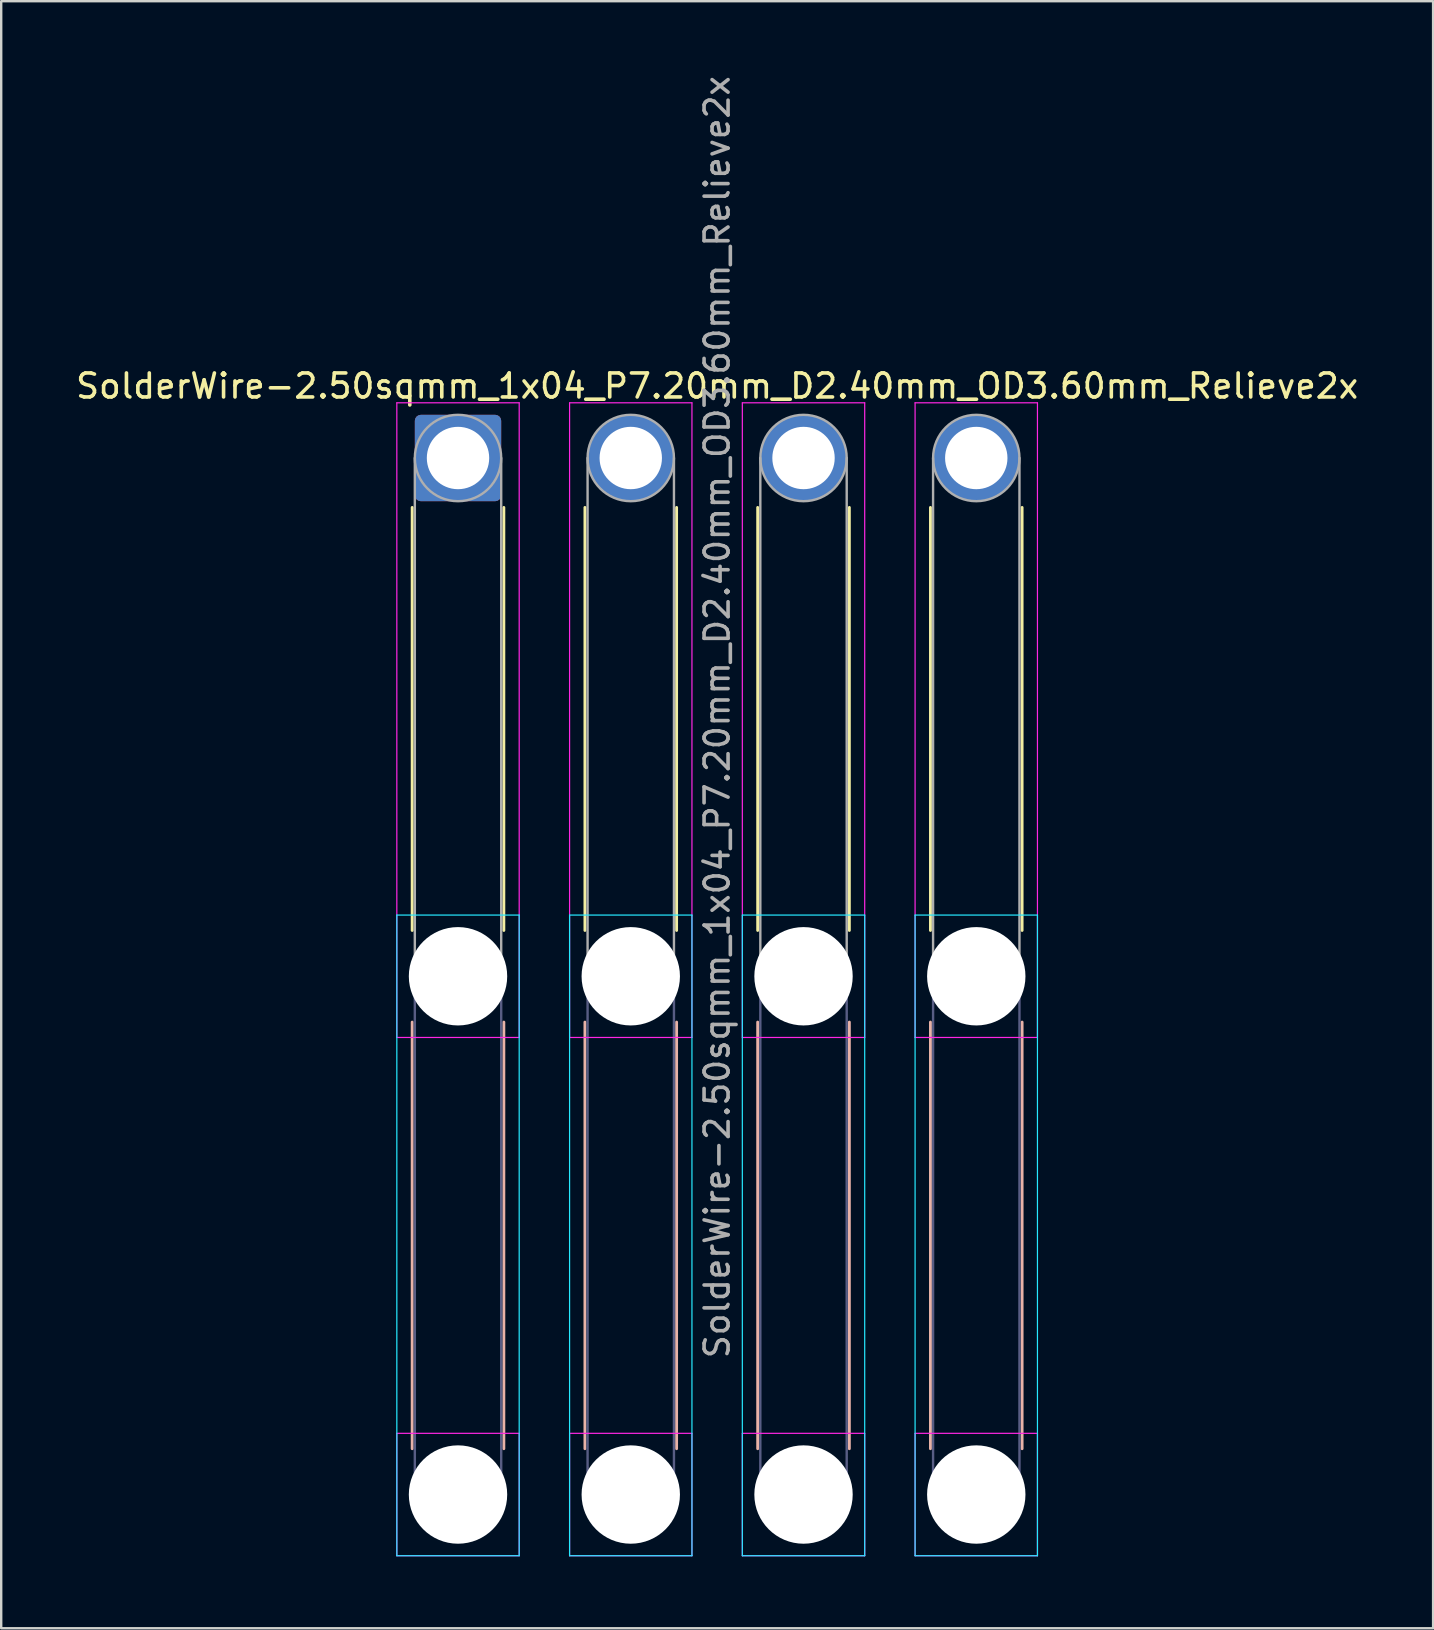
<source format=kicad_pcb>
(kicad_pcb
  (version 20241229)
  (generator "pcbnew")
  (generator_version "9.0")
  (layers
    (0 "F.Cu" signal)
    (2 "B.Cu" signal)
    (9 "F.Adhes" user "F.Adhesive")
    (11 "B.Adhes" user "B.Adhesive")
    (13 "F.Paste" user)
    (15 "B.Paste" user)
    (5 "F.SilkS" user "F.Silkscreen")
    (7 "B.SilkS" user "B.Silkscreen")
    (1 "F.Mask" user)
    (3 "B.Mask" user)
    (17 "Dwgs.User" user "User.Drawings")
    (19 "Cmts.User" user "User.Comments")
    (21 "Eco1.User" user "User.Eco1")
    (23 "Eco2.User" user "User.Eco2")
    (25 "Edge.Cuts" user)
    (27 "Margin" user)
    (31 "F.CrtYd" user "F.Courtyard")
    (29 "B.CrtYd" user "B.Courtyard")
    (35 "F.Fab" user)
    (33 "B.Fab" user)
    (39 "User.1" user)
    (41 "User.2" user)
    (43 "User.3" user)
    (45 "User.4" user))
  (footprint "SolderWire-2.50sqmm_1x04_P7.20mm_D2.40mm_OD3.60mm_Relieve2x"
    (layer "F.Cu")
    (at 16.039 16.039)
    (property "Reference" "SolderWire-2.50sqmm_1x04_P7.20mm_D2.40mm_OD3.60mm_Relieve2x" (at 10.8 -3 0) (layer "F.SilkS") (effects (font (size 1 1) (thickness 0.15))))
    (attr exclude_from_pos_files exclude_from_bom)
    (fp_line (start -1.91 2.06) (end -1.91 19.69) (stroke (width 0.12) (type solid)) (layer "F.SilkS"))
    (fp_line (start 1.91 2.06) (end 1.91 19.69) (stroke (width 0.12) (type solid)) (layer "F.SilkS"))
    (fp_line (start 5.29 2.06) (end 5.29 19.69) (stroke (width 0.12) (type solid)) (layer "F.SilkS"))
    (fp_line (start 9.11 2.06) (end 9.11 19.69) (stroke (width 0.12) (type solid)) (layer "F.SilkS"))
    (fp_line (start 12.49 2.06) (end 12.49 19.69) (stroke (width 0.12) (type solid)) (layer "F.SilkS"))
    (fp_line (start 16.31 2.06) (end 16.31 19.69) (stroke (width 0.12) (type solid)) (layer "F.SilkS"))
    (fp_line (start 19.69 2.06) (end 19.69 19.69) (stroke (width 0.12) (type solid)) (layer "F.SilkS"))
    (fp_line (start 23.51 2.06) (end 23.51 19.69) (stroke (width 0.12) (type solid)) (layer "F.SilkS"))
    (fp_line (start -1.91 23.51) (end -1.91 41.29) (stroke (width 0.12) (type solid)) (layer "B.SilkS"))
    (fp_line (start 1.91 23.51) (end 1.91 41.29) (stroke (width 0.12) (type solid)) (layer "B.SilkS"))
    (fp_line (start 5.29 23.51) (end 5.29 41.29) (stroke (width 0.12) (type solid)) (layer "B.SilkS"))
    (fp_line (start 9.11 23.51) (end 9.11 41.29) (stroke (width 0.12) (type solid)) (layer "B.SilkS"))
    (fp_line (start 12.49 23.51) (end 12.49 41.29) (stroke (width 0.12) (type solid)) (layer "B.SilkS"))
    (fp_line (start 16.31 23.51) (end 16.31 41.29) (stroke (width 0.12) (type solid)) (layer "B.SilkS"))
    (fp_line (start 19.69 23.51) (end 19.69 41.29) (stroke (width 0.12) (type solid)) (layer "B.SilkS"))
    (fp_line (start 23.51 23.51) (end 23.51 41.29) (stroke (width 0.12) (type solid)) (layer "B.SilkS"))
    (fp_line (start -2.55 19.05) (end -2.55 45.75) (stroke (width 0.05) (type solid)) (layer "B.CrtYd"))
    (fp_line (start -2.55 45.75) (end 2.55 45.75) (stroke (width 0.05) (type solid)) (layer "B.CrtYd"))
    (fp_line (start 2.55 19.05) (end -2.55 19.05) (stroke (width 0.05) (type solid)) (layer "B.CrtYd"))
    (fp_line (start 2.55 45.75) (end 2.55 19.05) (stroke (width 0.05) (type solid)) (layer "B.CrtYd"))
    (fp_line (start 4.65 19.05) (end 4.65 45.75) (stroke (width 0.05) (type solid)) (layer "B.CrtYd"))
    (fp_line (start 4.65 45.75) (end 9.75 45.75) (stroke (width 0.05) (type solid)) (layer "B.CrtYd"))
    (fp_line (start 9.75 19.05) (end 4.65 19.05) (stroke (width 0.05) (type solid)) (layer "B.CrtYd"))
    (fp_line (start 9.75 45.75) (end 9.75 19.05) (stroke (width 0.05) (type solid)) (layer "B.CrtYd"))
    (fp_line (start 11.85 19.05) (end 11.85 45.75) (stroke (width 0.05) (type solid)) (layer "B.CrtYd"))
    (fp_line (start 11.85 45.75) (end 16.95 45.75) (stroke (width 0.05) (type solid)) (layer "B.CrtYd"))
    (fp_line (start 16.95 19.05) (end 11.85 19.05) (stroke (width 0.05) (type solid)) (layer "B.CrtYd"))
    (fp_line (start 16.95 45.75) (end 16.95 19.05) (stroke (width 0.05) (type solid)) (layer "B.CrtYd"))
    (fp_line (start 19.05 19.05) (end 19.05 45.75) (stroke (width 0.05) (type solid)) (layer "B.CrtYd"))
    (fp_line (start 19.05 45.75) (end 24.15 45.75) (stroke (width 0.05) (type solid)) (layer "B.CrtYd"))
    (fp_line (start 24.15 19.05) (end 19.05 19.05) (stroke (width 0.05) (type solid)) (layer "B.CrtYd"))
    (fp_line (start 24.15 45.75) (end 24.15 19.05) (stroke (width 0.05) (type solid)) (layer "B.CrtYd"))
    (fp_line (start -2.55 -2.3) (end -2.55 24.15) (stroke (width 0.05) (type solid)) (layer "F.CrtYd"))
    (fp_line (start -2.55 24.15) (end 2.55 24.15) (stroke (width 0.05) (type solid)) (layer "F.CrtYd"))
    (fp_line (start -2.55 40.65) (end -2.55 45.75) (stroke (width 0.05) (type solid)) (layer "F.CrtYd"))
    (fp_line (start -2.55 45.75) (end 2.55 45.75) (stroke (width 0.05) (type solid)) (layer "F.CrtYd"))
    (fp_line (start 2.55 -2.3) (end -2.55 -2.3) (stroke (width 0.05) (type solid)) (layer "F.CrtYd"))
    (fp_line (start 2.55 24.15) (end 2.55 -2.3) (stroke (width 0.05) (type solid)) (layer "F.CrtYd"))
    (fp_line (start 2.55 40.65) (end -2.55 40.65) (stroke (width 0.05) (type solid)) (layer "F.CrtYd"))
    (fp_line (start 2.55 45.75) (end 2.55 40.65) (stroke (width 0.05) (type solid)) (layer "F.CrtYd"))
    (fp_line (start 4.65 -2.3) (end 4.65 24.15) (stroke (width 0.05) (type solid)) (layer "F.CrtYd"))
    (fp_line (start 4.65 24.15) (end 9.75 24.15) (stroke (width 0.05) (type solid)) (layer "F.CrtYd"))
    (fp_line (start 4.65 40.65) (end 4.65 45.75) (stroke (width 0.05) (type solid)) (layer "F.CrtYd"))
    (fp_line (start 4.65 45.75) (end 9.75 45.75) (stroke (width 0.05) (type solid)) (layer "F.CrtYd"))
    (fp_line (start 9.75 -2.3) (end 4.65 -2.3) (stroke (width 0.05) (type solid)) (layer "F.CrtYd"))
    (fp_line (start 9.75 24.15) (end 9.75 -2.3) (stroke (width 0.05) (type solid)) (layer "F.CrtYd"))
    (fp_line (start 9.75 40.65) (end 4.65 40.65) (stroke (width 0.05) (type solid)) (layer "F.CrtYd"))
    (fp_line (start 9.75 45.75) (end 9.75 40.65) (stroke (width 0.05) (type solid)) (layer "F.CrtYd"))
    (fp_line (start 11.85 -2.3) (end 11.85 24.15) (stroke (width 0.05) (type solid)) (layer "F.CrtYd"))
    (fp_line (start 11.85 24.15) (end 16.95 24.15) (stroke (width 0.05) (type solid)) (layer "F.CrtYd"))
    (fp_line (start 11.85 40.65) (end 11.85 45.75) (stroke (width 0.05) (type solid)) (layer "F.CrtYd"))
    (fp_line (start 11.85 45.75) (end 16.95 45.75) (stroke (width 0.05) (type solid)) (layer "F.CrtYd"))
    (fp_line (start 16.95 -2.3) (end 11.85 -2.3) (stroke (width 0.05) (type solid)) (layer "F.CrtYd"))
    (fp_line (start 16.95 24.15) (end 16.95 -2.3) (stroke (width 0.05) (type solid)) (layer "F.CrtYd"))
    (fp_line (start 16.95 40.65) (end 11.85 40.65) (stroke (width 0.05) (type solid)) (layer "F.CrtYd"))
    (fp_line (start 16.95 45.75) (end 16.95 40.65) (stroke (width 0.05) (type solid)) (layer "F.CrtYd"))
    (fp_line (start 19.05 -2.3) (end 19.05 24.15) (stroke (width 0.05) (type solid)) (layer "F.CrtYd"))
    (fp_line (start 19.05 24.15) (end 24.15 24.15) (stroke (width 0.05) (type solid)) (layer "F.CrtYd"))
    (fp_line (start 19.05 40.65) (end 19.05 45.75) (stroke (width 0.05) (type solid)) (layer "F.CrtYd"))
    (fp_line (start 19.05 45.75) (end 24.15 45.75) (stroke (width 0.05) (type solid)) (layer "F.CrtYd"))
    (fp_line (start 24.15 -2.3) (end 19.05 -2.3) (stroke (width 0.05) (type solid)) (layer "F.CrtYd"))
    (fp_line (start 24.15 24.15) (end 24.15 -2.3) (stroke (width 0.05) (type solid)) (layer "F.CrtYd"))
    (fp_line (start 24.15 40.65) (end 19.05 40.65) (stroke (width 0.05) (type solid)) (layer "F.CrtYd"))
    (fp_line (start 24.15 45.75) (end 24.15 40.65) (stroke (width 0.05) (type solid)) (layer "F.CrtYd"))
    (fp_line (start -1.8 21.6) (end -1.8 43.2) (stroke (width 0.1) (type solid)) (layer "B.Fab"))
    (fp_line (start 1.8 21.6) (end 1.8 43.2) (stroke (width 0.1) (type solid)) (layer "B.Fab"))
    (fp_line (start 5.4 21.6) (end 5.4 43.2) (stroke (width 0.1) (type solid)) (layer "B.Fab"))
    (fp_line (start 9 21.6) (end 9 43.2) (stroke (width 0.1) (type solid)) (layer "B.Fab"))
    (fp_line (start 12.6 21.6) (end 12.6 43.2) (stroke (width 0.1) (type solid)) (layer "B.Fab"))
    (fp_line (start 16.2 21.6) (end 16.2 43.2) (stroke (width 0.1) (type solid)) (layer "B.Fab"))
    (fp_line (start 19.8 21.6) (end 19.8 43.2) (stroke (width 0.1) (type solid)) (layer "B.Fab"))
    (fp_line (start 23.4 21.6) (end 23.4 43.2) (stroke (width 0.1) (type solid)) (layer "B.Fab"))
    (fp_circle (center 0 21.6) (end 1.8 21.6) (stroke (width 0.1) (type solid)) (fill no) (layer "B.Fab"))
    (fp_circle (center 0 43.2) (end 1.8 43.2) (stroke (width 0.1) (type solid)) (fill no) (layer "B.Fab"))
    (fp_circle (center 7.2 21.6) (end 9 21.6) (stroke (width 0.1) (type solid)) (fill no) (layer "B.Fab"))
    (fp_circle (center 7.2 43.2) (end 9 43.2) (stroke (width 0.1) (type solid)) (fill no) (layer "B.Fab"))
    (fp_circle (center 14.4 21.6) (end 16.2 21.6) (stroke (width 0.1) (type solid)) (fill no) (layer "B.Fab"))
    (fp_circle (center 14.4 43.2) (end 16.2 43.2) (stroke (width 0.1) (type solid)) (fill no) (layer "B.Fab"))
    (fp_circle (center 21.6 21.6) (end 23.4 21.6) (stroke (width 0.1) (type solid)) (fill no) (layer "B.Fab"))
    (fp_circle (center 21.6 43.2) (end 23.4 43.2) (stroke (width 0.1) (type solid)) (fill no) (layer "B.Fab"))
    (fp_line (start -1.8 0) (end -1.8 21.6) (stroke (width 0.1) (type solid)) (layer "F.Fab"))
    (fp_line (start 1.8 0) (end 1.8 21.6) (stroke (width 0.1) (type solid)) (layer "F.Fab"))
    (fp_line (start 5.4 0) (end 5.4 21.6) (stroke (width 0.1) (type solid)) (layer "F.Fab"))
    (fp_line (start 9 0) (end 9 21.6) (stroke (width 0.1) (type solid)) (layer "F.Fab"))
    (fp_line (start 12.6 0) (end 12.6 21.6) (stroke (width 0.1) (type solid)) (layer "F.Fab"))
    (fp_line (start 16.2 0) (end 16.2 21.6) (stroke (width 0.1) (type solid)) (layer "F.Fab"))
    (fp_line (start 19.8 0) (end 19.8 21.6) (stroke (width 0.1) (type solid)) (layer "F.Fab"))
    (fp_line (start 23.4 0) (end 23.4 21.6) (stroke (width 0.1) (type solid)) (layer "F.Fab"))
    (fp_circle (center 0 0) (end 1.8 0) (stroke (width 0.1) (type solid)) (fill no) (layer "F.Fab"))
    (fp_circle (center 0 21.6) (end 1.8 21.6) (stroke (width 0.1) (type solid)) (fill no) (layer "F.Fab"))
    (fp_circle (center 0 43.2) (end 1.8 43.2) (stroke (width 0.1) (type solid)) (fill no) (layer "F.Fab"))
    (fp_circle (center 7.2 0) (end 9 0) (stroke (width 0.1) (type solid)) (fill no) (layer "F.Fab"))
    (fp_circle (center 7.2 21.6) (end 9 21.6) (stroke (width 0.1) (type solid)) (fill no) (layer "F.Fab"))
    (fp_circle (center 7.2 43.2) (end 9 43.2) (stroke (width 0.1) (type solid)) (fill no) (layer "F.Fab"))
    (fp_circle (center 14.4 0) (end 16.2 0) (stroke (width 0.1) (type solid)) (fill no) (layer "F.Fab"))
    (fp_circle (center 14.4 21.6) (end 16.2 21.6) (stroke (width 0.1) (type solid)) (fill no) (layer "F.Fab"))
    (fp_circle (center 14.4 43.2) (end 16.2 43.2) (stroke (width 0.1) (type solid)) (fill no) (layer "F.Fab"))
    (fp_circle (center 21.6 0) (end 23.4 0) (stroke (width 0.1) (type solid)) (fill no) (layer "F.Fab"))
    (fp_circle (center 21.6 21.6) (end 23.4 21.6) (stroke (width 0.1) (type solid)) (fill no) (layer "F.Fab"))
    (fp_circle (center 21.6 43.2) (end 23.4 43.2) (stroke (width 0.1) (type solid)) (fill no) (layer "F.Fab"))
    (fp_text user "${REFERENCE}" (at 10.8 10.8 90) (layer "F.Fab") (effects (font (size 1 1) (thickness 0.15))))
    (pad "" np_thru_hole circle (at 0 21.6) (size 4.1 4.1) (drill 4.1) (layers "*.Cu" "*.Mask"))
    (pad "" np_thru_hole circle (at 0 43.2) (size 4.1 4.1) (drill 4.1) (layers "*.Cu" "*.Mask"))
    (pad "" np_thru_hole circle (at 7.2 21.6) (size 4.1 4.1) (drill 4.1) (layers "*.Cu" "*.Mask"))
    (pad "" np_thru_hole circle (at 7.2 43.2) (size 4.1 4.1) (drill 4.1) (layers "*.Cu" "*.Mask"))
    (pad "" np_thru_hole circle (at 14.4 21.6) (size 4.1 4.1) (drill 4.1) (layers "*.Cu" "*.Mask"))
    (pad "" np_thru_hole circle (at 14.4 43.2) (size 4.1 4.1) (drill 4.1) (layers "*.Cu" "*.Mask"))
    (pad "" np_thru_hole circle (at 21.6 21.6) (size 4.1 4.1) (drill 4.1) (layers "*.Cu" "*.Mask"))
    (pad "" np_thru_hole circle (at 21.6 43.2) (size 4.1 4.1) (drill 4.1) (layers "*.Cu" "*.Mask"))
    (pad "1" thru_hole roundrect (at 0 0) (size 3.6 3.6) (drill 2.6) (layers "*.Cu" "*.Mask") (roundrect_rratio 0.069))
    (pad "2" thru_hole circle (at 7.2 0) (size 3.6 3.6) (drill 2.6) (layers "*.Cu" "*.Mask"))
    (pad "3" thru_hole circle (at 14.4 0) (size 3.6 3.6) (drill 2.6) (layers "*.Cu" "*.Mask"))
    (pad "4" thru_hole circle (at 21.6 0) (size 3.6 3.6) (drill 2.6) (layers "*.Cu" "*.Mask")))
  (gr_rect
    (start -3 -3)
    (end 56.679 64.814)
    (stroke (width 0.1) (type default))
    (fill no)
    (layer "Edge.Cuts")))
</source>
